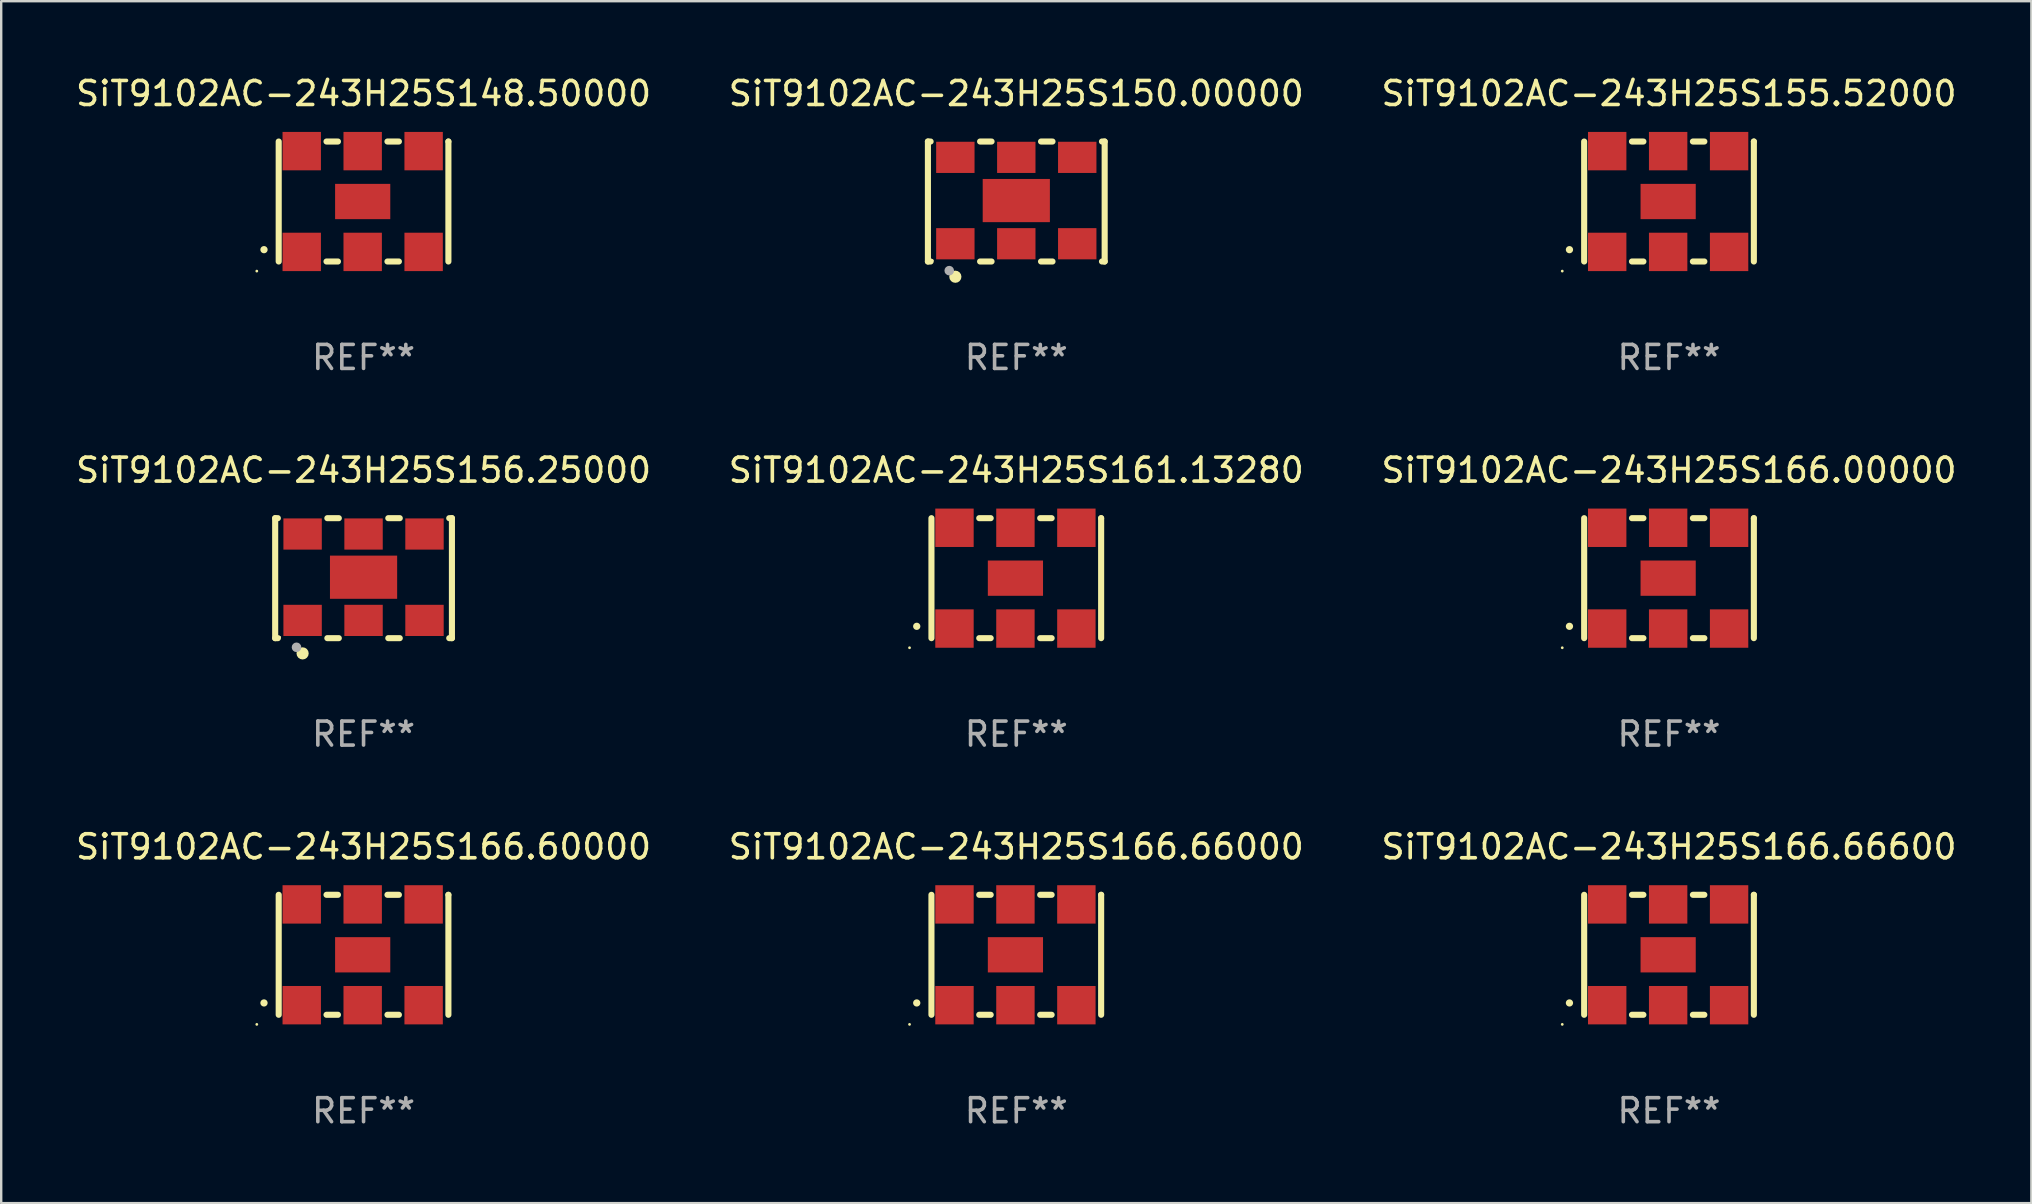
<source format=kicad_pcb>
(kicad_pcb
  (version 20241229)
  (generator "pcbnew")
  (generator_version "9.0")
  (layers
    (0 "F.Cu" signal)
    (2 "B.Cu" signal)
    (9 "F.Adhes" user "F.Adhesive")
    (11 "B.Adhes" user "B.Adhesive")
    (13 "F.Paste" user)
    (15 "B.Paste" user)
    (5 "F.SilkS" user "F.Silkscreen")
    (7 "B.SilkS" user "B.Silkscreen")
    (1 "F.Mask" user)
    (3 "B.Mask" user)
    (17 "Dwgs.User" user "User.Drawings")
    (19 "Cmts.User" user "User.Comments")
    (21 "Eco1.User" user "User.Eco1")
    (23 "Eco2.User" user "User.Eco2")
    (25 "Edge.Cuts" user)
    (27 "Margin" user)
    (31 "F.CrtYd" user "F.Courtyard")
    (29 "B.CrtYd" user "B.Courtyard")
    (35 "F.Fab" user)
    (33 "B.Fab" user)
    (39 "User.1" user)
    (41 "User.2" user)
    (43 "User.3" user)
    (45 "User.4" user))
  (footprint "SiT9102AC-243H25S166.00000"
    (layer "F.Cu")
    (at 66.506 21.045)
    (property "Reference" "SiT9102AC-243H25S166.00000" (at 0 -4.5 0) (layer "F.SilkS") (effects (font (size 1 1) (thickness 0.15))))
    (attr through_hole)
    (fp_line (start -3.536 -2.5) (end -3.536 2.5) (stroke (width 0.254) (type solid)) (layer "F.SilkS"))
    (fp_line (start -1.544 2.5) (end -1.067 2.5) (stroke (width 0.254) (type solid)) (layer "F.SilkS"))
    (fp_line (start -1.067 -2.5) (end -1.544 -2.5) (stroke (width 0.254) (type solid)) (layer "F.SilkS"))
    (fp_line (start 0.996 2.5) (end 1.473 2.5) (stroke (width 0.254) (type solid)) (layer "F.SilkS"))
    (fp_line (start 1.473 -2.5) (end 0.996 -2.5) (stroke (width 0.254) (type solid)) (layer "F.SilkS"))
    (fp_line (start 3.536 -2.5) (end 3.536 -2.5) (stroke (width 0.254) (type solid)) (layer "F.SilkS"))
    (fp_line (start 3.536 2.5) (end 3.536 -2.5) (stroke (width 0.254) (type solid)) (layer "F.SilkS"))
    (fp_arc (start -4.150432 2.006604) (mid -4.149162 2.006599) (end -4.147892 2.006604) (stroke (width 0.3) (type solid)) (layer "F.SilkS"))
    (fp_circle (center -4.449 2.9) (end -4.419 2.9) (stroke (width 0.06) (type solid)) (fill no) (layer "F.SilkS"))
    (fp_text user "REF**" (at 0 6.5 0) (layer "F.Fab") (effects (font (size 1 1) (thickness 0.15))))
    (pad "1" smd rect (at -2.576 2.1) (size 1.6 1.6) (layers "F.Cu" "F.Mask" "F.Paste"))
    (pad "2" smd rect (at -0.036 2.1) (size 1.6 1.6) (layers "F.Cu" "F.Mask" "F.Paste"))
    (pad "3" smd rect (at 2.504 2.1) (size 1.6 1.6) (layers "F.Cu" "F.Mask" "F.Paste"))
    (pad "4" smd rect (at 2.504 -2.1) (size 1.6 1.6) (layers "F.Cu" "F.Mask" "F.Paste"))
    (pad "5" smd rect (at -0.036 -2.1) (size 1.6 1.6) (layers "F.Cu" "F.Mask" "F.Paste"))
    (pad "6" smd rect (at -2.576 -2.1) (size 1.6 1.6) (layers "F.Cu" "F.Mask" "F.Paste"))
    (pad "7" smd rect (at -0.036 0) (size 2.3 1.47) (layers "F.Cu" "F.Mask" "F.Paste")))
  (footprint "SiT9102AC-243H25S155.52000"
    (layer "F.Cu")
    (at 66.506 5.348)
    (property "Reference" "SiT9102AC-243H25S155.52000" (at 0 -4.5 0) (layer "F.SilkS") (effects (font (size 1 1) (thickness 0.15))))
    (attr through_hole)
    (fp_line (start -3.536 -2.5) (end -3.536 2.5) (stroke (width 0.254) (type solid)) (layer "F.SilkS"))
    (fp_line (start -1.544 2.5) (end -1.067 2.5) (stroke (width 0.254) (type solid)) (layer "F.SilkS"))
    (fp_line (start -1.067 -2.5) (end -1.544 -2.5) (stroke (width 0.254) (type solid)) (layer "F.SilkS"))
    (fp_line (start 0.996 2.5) (end 1.473 2.5) (stroke (width 0.254) (type solid)) (layer "F.SilkS"))
    (fp_line (start 1.473 -2.5) (end 0.996 -2.5) (stroke (width 0.254) (type solid)) (layer "F.SilkS"))
    (fp_line (start 3.536 -2.5) (end 3.536 -2.5) (stroke (width 0.254) (type solid)) (layer "F.SilkS"))
    (fp_line (start 3.536 2.5) (end 3.536 -2.5) (stroke (width 0.254) (type solid)) (layer "F.SilkS"))
    (fp_arc (start -4.150432 2.006604) (mid -4.149162 2.006599) (end -4.147892 2.006604) (stroke (width 0.3) (type solid)) (layer "F.SilkS"))
    (fp_circle (center -4.449 2.9) (end -4.419 2.9) (stroke (width 0.06) (type solid)) (fill no) (layer "F.SilkS"))
    (fp_text user "REF**" (at 0 6.5 0) (layer "F.Fab") (effects (font (size 1 1) (thickness 0.15))))
    (pad "1" smd rect (at -2.576 2.1) (size 1.6 1.6) (layers "F.Cu" "F.Mask" "F.Paste"))
    (pad "2" smd rect (at -0.036 2.1) (size 1.6 1.6) (layers "F.Cu" "F.Mask" "F.Paste"))
    (pad "3" smd rect (at 2.504 2.1) (size 1.6 1.6) (layers "F.Cu" "F.Mask" "F.Paste"))
    (pad "4" smd rect (at 2.504 -2.1) (size 1.6 1.6) (layers "F.Cu" "F.Mask" "F.Paste"))
    (pad "5" smd rect (at -0.036 -2.1) (size 1.6 1.6) (layers "F.Cu" "F.Mask" "F.Paste"))
    (pad "6" smd rect (at -2.576 -2.1) (size 1.6 1.6) (layers "F.Cu" "F.Mask" "F.Paste"))
    (pad "7" smd rect (at -0.036 0) (size 2.3 1.47) (layers "F.Cu" "F.Mask" "F.Paste")))
  (footprint "SiT9102AC-243H25S161.13280"
    (layer "F.Cu")
    (at 39.304 21.045)
    (property "Reference" "SiT9102AC-243H25S161.13280" (at 0 -4.5 0) (layer "F.SilkS") (effects (font (size 1 1) (thickness 0.15))))
    (attr through_hole)
    (fp_line (start -3.536 -2.5) (end -3.536 2.5) (stroke (width 0.254) (type solid)) (layer "F.SilkS"))
    (fp_line (start -1.544 2.5) (end -1.067 2.5) (stroke (width 0.254) (type solid)) (layer "F.SilkS"))
    (fp_line (start -1.067 -2.5) (end -1.544 -2.5) (stroke (width 0.254) (type solid)) (layer "F.SilkS"))
    (fp_line (start 0.996 2.5) (end 1.473 2.5) (stroke (width 0.254) (type solid)) (layer "F.SilkS"))
    (fp_line (start 1.473 -2.5) (end 0.996 -2.5) (stroke (width 0.254) (type solid)) (layer "F.SilkS"))
    (fp_line (start 3.536 -2.5) (end 3.536 -2.5) (stroke (width 0.254) (type solid)) (layer "F.SilkS"))
    (fp_line (start 3.536 2.5) (end 3.536 -2.5) (stroke (width 0.254) (type solid)) (layer "F.SilkS"))
    (fp_arc (start -4.150432 2.006604) (mid -4.149162 2.006599) (end -4.147892 2.006604) (stroke (width 0.3) (type solid)) (layer "F.SilkS"))
    (fp_circle (center -4.449 2.9) (end -4.419 2.9) (stroke (width 0.06) (type solid)) (fill no) (layer "F.SilkS"))
    (fp_text user "REF**" (at 0 6.5 0) (layer "F.Fab") (effects (font (size 1 1) (thickness 0.15))))
    (pad "1" smd rect (at -2.576 2.1) (size 1.6 1.6) (layers "F.Cu" "F.Mask" "F.Paste"))
    (pad "2" smd rect (at -0.036 2.1) (size 1.6 1.6) (layers "F.Cu" "F.Mask" "F.Paste"))
    (pad "3" smd rect (at 2.504 2.1) (size 1.6 1.6) (layers "F.Cu" "F.Mask" "F.Paste"))
    (pad "4" smd rect (at 2.504 -2.1) (size 1.6 1.6) (layers "F.Cu" "F.Mask" "F.Paste"))
    (pad "5" smd rect (at -0.036 -2.1) (size 1.6 1.6) (layers "F.Cu" "F.Mask" "F.Paste"))
    (pad "6" smd rect (at -2.576 -2.1) (size 1.6 1.6) (layers "F.Cu" "F.Mask" "F.Paste"))
    (pad "7" smd rect (at -0.036 0) (size 2.3 1.47) (layers "F.Cu" "F.Mask" "F.Paste")))
  (footprint "SiT9102AC-243H25S166.60000"
    (layer "F.Cu")
    (at 12.101 36.741)
    (property "Reference" "SiT9102AC-243H25S166.60000" (at 0 -4.5 0) (layer "F.SilkS") (effects (font (size 1 1) (thickness 0.15))))
    (attr through_hole)
    (fp_line (start -3.536 -2.5) (end -3.536 2.5) (stroke (width 0.254) (type solid)) (layer "F.SilkS"))
    (fp_line (start -1.544 2.5) (end -1.067 2.5) (stroke (width 0.254) (type solid)) (layer "F.SilkS"))
    (fp_line (start -1.067 -2.5) (end -1.544 -2.5) (stroke (width 0.254) (type solid)) (layer "F.SilkS"))
    (fp_line (start 0.996 2.5) (end 1.473 2.5) (stroke (width 0.254) (type solid)) (layer "F.SilkS"))
    (fp_line (start 1.473 -2.5) (end 0.996 -2.5) (stroke (width 0.254) (type solid)) (layer "F.SilkS"))
    (fp_line (start 3.536 -2.5) (end 3.536 -2.5) (stroke (width 0.254) (type solid)) (layer "F.SilkS"))
    (fp_line (start 3.536 2.5) (end 3.536 -2.5) (stroke (width 0.254) (type solid)) (layer "F.SilkS"))
    (fp_arc (start -4.150432 2.006604) (mid -4.149162 2.006599) (end -4.147892 2.006604) (stroke (width 0.3) (type solid)) (layer "F.SilkS"))
    (fp_circle (center -4.449 2.9) (end -4.419 2.9) (stroke (width 0.06) (type solid)) (fill no) (layer "F.SilkS"))
    (fp_text user "REF**" (at 0 6.5 0) (layer "F.Fab") (effects (font (size 1 1) (thickness 0.15))))
    (pad "1" smd rect (at -2.576 2.1) (size 1.6 1.6) (layers "F.Cu" "F.Mask" "F.Paste"))
    (pad "2" smd rect (at -0.036 2.1) (size 1.6 1.6) (layers "F.Cu" "F.Mask" "F.Paste"))
    (pad "3" smd rect (at 2.504 2.1) (size 1.6 1.6) (layers "F.Cu" "F.Mask" "F.Paste"))
    (pad "4" smd rect (at 2.504 -2.1) (size 1.6 1.6) (layers "F.Cu" "F.Mask" "F.Paste"))
    (pad "5" smd rect (at -0.036 -2.1) (size 1.6 1.6) (layers "F.Cu" "F.Mask" "F.Paste"))
    (pad "6" smd rect (at -2.576 -2.1) (size 1.6 1.6) (layers "F.Cu" "F.Mask" "F.Paste"))
    (pad "7" smd rect (at -0.036 0) (size 2.3 1.47) (layers "F.Cu" "F.Mask" "F.Paste")))
  (footprint "SiT9102AC-243H25S166.66600"
    (layer "F.Cu")
    (at 66.506 36.741)
    (property "Reference" "SiT9102AC-243H25S166.66600" (at 0 -4.5 0) (layer "F.SilkS") (effects (font (size 1 1) (thickness 0.15))))
    (attr through_hole)
    (fp_line (start -3.536 -2.5) (end -3.536 2.5) (stroke (width 0.254) (type solid)) (layer "F.SilkS"))
    (fp_line (start -1.544 2.5) (end -1.067 2.5) (stroke (width 0.254) (type solid)) (layer "F.SilkS"))
    (fp_line (start -1.067 -2.5) (end -1.544 -2.5) (stroke (width 0.254) (type solid)) (layer "F.SilkS"))
    (fp_line (start 0.996 2.5) (end 1.473 2.5) (stroke (width 0.254) (type solid)) (layer "F.SilkS"))
    (fp_line (start 1.473 -2.5) (end 0.996 -2.5) (stroke (width 0.254) (type solid)) (layer "F.SilkS"))
    (fp_line (start 3.536 -2.5) (end 3.536 -2.5) (stroke (width 0.254) (type solid)) (layer "F.SilkS"))
    (fp_line (start 3.536 2.5) (end 3.536 -2.5) (stroke (width 0.254) (type solid)) (layer "F.SilkS"))
    (fp_arc (start -4.150432 2.006604) (mid -4.149162 2.006599) (end -4.147892 2.006604) (stroke (width 0.3) (type solid)) (layer "F.SilkS"))
    (fp_circle (center -4.449 2.9) (end -4.419 2.9) (stroke (width 0.06) (type solid)) (fill no) (layer "F.SilkS"))
    (fp_text user "REF**" (at 0 6.5 0) (layer "F.Fab") (effects (font (size 1 1) (thickness 0.15))))
    (pad "1" smd rect (at -2.576 2.1) (size 1.6 1.6) (layers "F.Cu" "F.Mask" "F.Paste"))
    (pad "2" smd rect (at -0.036 2.1) (size 1.6 1.6) (layers "F.Cu" "F.Mask" "F.Paste"))
    (pad "3" smd rect (at 2.504 2.1) (size 1.6 1.6) (layers "F.Cu" "F.Mask" "F.Paste"))
    (pad "4" smd rect (at 2.504 -2.1) (size 1.6 1.6) (layers "F.Cu" "F.Mask" "F.Paste"))
    (pad "5" smd rect (at -0.036 -2.1) (size 1.6 1.6) (layers "F.Cu" "F.Mask" "F.Paste"))
    (pad "6" smd rect (at -2.576 -2.1) (size 1.6 1.6) (layers "F.Cu" "F.Mask" "F.Paste"))
    (pad "7" smd rect (at -0.036 0) (size 2.3 1.47) (layers "F.Cu" "F.Mask" "F.Paste")))
  (footprint "SiT9102AC-243H25S148.50000"
    (layer "F.Cu")
    (at 12.101 5.348)
    (property "Reference" "SiT9102AC-243H25S148.50000" (at 0 -4.5 0) (layer "F.SilkS") (effects (font (size 1 1) (thickness 0.15))))
    (attr through_hole)
    (fp_line (start -3.536 -2.5) (end -3.536 2.5) (stroke (width 0.254) (type solid)) (layer "F.SilkS"))
    (fp_line (start -1.544 2.5) (end -1.067 2.5) (stroke (width 0.254) (type solid)) (layer "F.SilkS"))
    (fp_line (start -1.067 -2.5) (end -1.544 -2.5) (stroke (width 0.254) (type solid)) (layer "F.SilkS"))
    (fp_line (start 0.996 2.5) (end 1.473 2.5) (stroke (width 0.254) (type solid)) (layer "F.SilkS"))
    (fp_line (start 1.473 -2.5) (end 0.996 -2.5) (stroke (width 0.254) (type solid)) (layer "F.SilkS"))
    (fp_line (start 3.536 -2.5) (end 3.536 -2.5) (stroke (width 0.254) (type solid)) (layer "F.SilkS"))
    (fp_line (start 3.536 2.5) (end 3.536 -2.5) (stroke (width 0.254) (type solid)) (layer "F.SilkS"))
    (fp_arc (start -4.150432 2.006604) (mid -4.149162 2.006599) (end -4.147892 2.006604) (stroke (width 0.3) (type solid)) (layer "F.SilkS"))
    (fp_circle (center -4.449 2.9) (end -4.419 2.9) (stroke (width 0.06) (type solid)) (fill no) (layer "F.SilkS"))
    (fp_text user "REF**" (at 0 6.5 0) (layer "F.Fab") (effects (font (size 1 1) (thickness 0.15))))
    (pad "1" smd rect (at -2.576 2.1) (size 1.6 1.6) (layers "F.Cu" "F.Mask" "F.Paste"))
    (pad "2" smd rect (at -0.036 2.1) (size 1.6 1.6) (layers "F.Cu" "F.Mask" "F.Paste"))
    (pad "3" smd rect (at 2.504 2.1) (size 1.6 1.6) (layers "F.Cu" "F.Mask" "F.Paste"))
    (pad "4" smd rect (at 2.504 -2.1) (size 1.6 1.6) (layers "F.Cu" "F.Mask" "F.Paste"))
    (pad "5" smd rect (at -0.036 -2.1) (size 1.6 1.6) (layers "F.Cu" "F.Mask" "F.Paste"))
    (pad "6" smd rect (at -2.576 -2.1) (size 1.6 1.6) (layers "F.Cu" "F.Mask" "F.Paste"))
    (pad "7" smd rect (at -0.036 0) (size 2.3 1.47) (layers "F.Cu" "F.Mask" "F.Paste")))
  (footprint "SiT9102AC-243H25S166.66000"
    (layer "F.Cu")
    (at 39.304 36.741)
    (property "Reference" "SiT9102AC-243H25S166.66000" (at 0 -4.5 0) (layer "F.SilkS") (effects (font (size 1 1) (thickness 0.15))))
    (attr through_hole)
    (fp_line (start -3.536 -2.5) (end -3.536 2.5) (stroke (width 0.254) (type solid)) (layer "F.SilkS"))
    (fp_line (start -1.544 2.5) (end -1.067 2.5) (stroke (width 0.254) (type solid)) (layer "F.SilkS"))
    (fp_line (start -1.067 -2.5) (end -1.544 -2.5) (stroke (width 0.254) (type solid)) (layer "F.SilkS"))
    (fp_line (start 0.996 2.5) (end 1.473 2.5) (stroke (width 0.254) (type solid)) (layer "F.SilkS"))
    (fp_line (start 1.473 -2.5) (end 0.996 -2.5) (stroke (width 0.254) (type solid)) (layer "F.SilkS"))
    (fp_line (start 3.536 -2.5) (end 3.536 -2.5) (stroke (width 0.254) (type solid)) (layer "F.SilkS"))
    (fp_line (start 3.536 2.5) (end 3.536 -2.5) (stroke (width 0.254) (type solid)) (layer "F.SilkS"))
    (fp_arc (start -4.150432 2.006604) (mid -4.149162 2.006599) (end -4.147892 2.006604) (stroke (width 0.3) (type solid)) (layer "F.SilkS"))
    (fp_circle (center -4.449 2.9) (end -4.419 2.9) (stroke (width 0.06) (type solid)) (fill no) (layer "F.SilkS"))
    (fp_text user "REF**" (at 0 6.5 0) (layer "F.Fab") (effects (font (size 1 1) (thickness 0.15))))
    (pad "1" smd rect (at -2.576 2.1) (size 1.6 1.6) (layers "F.Cu" "F.Mask" "F.Paste"))
    (pad "2" smd rect (at -0.036 2.1) (size 1.6 1.6) (layers "F.Cu" "F.Mask" "F.Paste"))
    (pad "3" smd rect (at 2.504 2.1) (size 1.6 1.6) (layers "F.Cu" "F.Mask" "F.Paste"))
    (pad "4" smd rect (at 2.504 -2.1) (size 1.6 1.6) (layers "F.Cu" "F.Mask" "F.Paste"))
    (pad "5" smd rect (at -0.036 -2.1) (size 1.6 1.6) (layers "F.Cu" "F.Mask" "F.Paste"))
    (pad "6" smd rect (at -2.576 -2.1) (size 1.6 1.6) (layers "F.Cu" "F.Mask" "F.Paste"))
    (pad "7" smd rect (at -0.036 0) (size 2.3 1.47) (layers "F.Cu" "F.Mask" "F.Paste")))
  (footprint "SiT9102AC-243H25S156.25000"
    (layer "F.Cu")
    (at 12.101 21.045)
    (property "Reference" "SiT9102AC-243H25S156.25000" (at 0 -4.5 0) (layer "F.SilkS") (effects (font (size 1 1) (thickness 0.15))))
    (attr through_hole)
    (fp_line (start -3.683 -2.5) (end -3.571 -2.5) (stroke (width 0.254) (type solid)) (layer "F.SilkS"))
    (fp_line (start -3.683 2.5) (end -3.683 -2.5) (stroke (width 0.254) (type solid)) (layer "F.SilkS"))
    (fp_line (start -3.683 2.5) (end -3.571 2.5) (stroke (width 0.254) (type solid)) (layer "F.SilkS"))
    (fp_line (start -1.509 -2.5) (end -1.031 -2.5) (stroke (width 0.254) (type solid)) (layer "F.SilkS"))
    (fp_line (start -1.509 2.5) (end -1.031 2.5) (stroke (width 0.254) (type solid)) (layer "F.SilkS"))
    (fp_line (start 1.031 -2.5) (end 1.509 -2.5) (stroke (width 0.254) (type solid)) (layer "F.SilkS"))
    (fp_line (start 1.031 2.5) (end 1.509 2.5) (stroke (width 0.254) (type solid)) (layer "F.SilkS"))
    (fp_line (start 3.571 -2.5) (end 3.683 -2.5) (stroke (width 0.254) (type solid)) (layer "F.SilkS"))
    (fp_line (start 3.571 2.5) (end 3.683 2.5) (stroke (width 0.254) (type solid)) (layer "F.SilkS"))
    (fp_line (start 3.683 2.5) (end 3.683 -2.5) (stroke (width 0.254) (type solid)) (layer "F.SilkS"))
    (fp_circle (center -3.5 2.46) (end -3.47 2.46) (stroke (width 0.06) (type solid)) (fill no) (layer "F.SilkS"))
    (fp_circle (center -2.54 3.135) (end -2.413 3.135) (stroke (width 0.254) (type solid)) (fill no) (layer "F.SilkS"))
    (fp_circle (center -2.794 2.881) (end -2.694 2.881) (stroke (width 0.2) (type solid)) (fill no) (layer "F.Fab"))
    (fp_text user "REF**" (at 0 6.5 0) (layer "F.Fab") (effects (font (size 1 1) (thickness 0.15))))
    (pad "1" smd rect (at -2.54 1.76) (size 1.6 1.3) (layers "F.Cu" "F.Mask" "F.Paste"))
    (pad "2" smd rect (at 0 1.76) (size 1.6 1.3) (layers "F.Cu" "F.Mask" "F.Paste"))
    (pad "3" smd rect (at 2.54 1.76) (size 1.6 1.3) (layers "F.Cu" "F.Mask" "F.Paste"))
    (pad "4" smd rect (at 2.54 -1.84) (size 1.6 1.3) (layers "F.Cu" "F.Mask" "F.Paste"))
    (pad "5" smd rect (at 0 -1.84) (size 1.6 1.3) (layers "F.Cu" "F.Mask" "F.Paste"))
    (pad "6" smd rect (at -2.54 -1.84) (size 1.6 1.3) (layers "F.Cu" "F.Mask" "F.Paste"))
    (pad "7" smd rect (at 0 -0.04) (size 2.8 1.8) (layers "F.Cu" "F.Mask" "F.Paste")))
  (footprint "SiT9102AC-243H25S150.00000"
    (layer "F.Cu")
    (at 39.304 5.348)
    (property "Reference" "SiT9102AC-243H25S150.00000" (at 0 -4.5 0) (layer "F.SilkS") (effects (font (size 1 1) (thickness 0.15))))
    (attr through_hole)
    (fp_line (start -3.683 -2.5) (end -3.571 -2.5) (stroke (width 0.254) (type solid)) (layer "F.SilkS"))
    (fp_line (start -3.683 2.5) (end -3.683 -2.5) (stroke (width 0.254) (type solid)) (layer "F.SilkS"))
    (fp_line (start -3.683 2.5) (end -3.571 2.5) (stroke (width 0.254) (type solid)) (layer "F.SilkS"))
    (fp_line (start -1.509 -2.5) (end -1.031 -2.5) (stroke (width 0.254) (type solid)) (layer "F.SilkS"))
    (fp_line (start -1.509 2.5) (end -1.031 2.5) (stroke (width 0.254) (type solid)) (layer "F.SilkS"))
    (fp_line (start 1.031 -2.5) (end 1.509 -2.5) (stroke (width 0.254) (type solid)) (layer "F.SilkS"))
    (fp_line (start 1.031 2.5) (end 1.509 2.5) (stroke (width 0.254) (type solid)) (layer "F.SilkS"))
    (fp_line (start 3.571 -2.5) (end 3.683 -2.5) (stroke (width 0.254) (type solid)) (layer "F.SilkS"))
    (fp_line (start 3.571 2.5) (end 3.683 2.5) (stroke (width 0.254) (type solid)) (layer "F.SilkS"))
    (fp_line (start 3.683 2.5) (end 3.683 -2.5) (stroke (width 0.254) (type solid)) (layer "F.SilkS"))
    (fp_circle (center -3.5 2.46) (end -3.47 2.46) (stroke (width 0.06) (type solid)) (fill no) (layer "F.SilkS"))
    (fp_circle (center -2.54 3.135) (end -2.413 3.135) (stroke (width 0.254) (type solid)) (fill no) (layer "F.SilkS"))
    (fp_circle (center -2.794 2.881) (end -2.694 2.881) (stroke (width 0.2) (type solid)) (fill no) (layer "F.Fab"))
    (fp_text user "REF**" (at 0 6.5 0) (layer "F.Fab") (effects (font (size 1 1) (thickness 0.15))))
    (pad "1" smd rect (at -2.54 1.76) (size 1.6 1.3) (layers "F.Cu" "F.Mask" "F.Paste"))
    (pad "2" smd rect (at 0 1.76) (size 1.6 1.3) (layers "F.Cu" "F.Mask" "F.Paste"))
    (pad "3" smd rect (at 2.54 1.76) (size 1.6 1.3) (layers "F.Cu" "F.Mask" "F.Paste"))
    (pad "4" smd rect (at 2.54 -1.84) (size 1.6 1.3) (layers "F.Cu" "F.Mask" "F.Paste"))
    (pad "5" smd rect (at 0 -1.84) (size 1.6 1.3) (layers "F.Cu" "F.Mask" "F.Paste"))
    (pad "6" smd rect (at -2.54 -1.84) (size 1.6 1.3) (layers "F.Cu" "F.Mask" "F.Paste"))
    (pad "7" smd rect (at 0 -0.04) (size 2.8 1.8) (layers "F.Cu" "F.Mask" "F.Paste")))
  (gr_rect
    (start -3 -3)
    (end 81.607 47.09)
    (stroke (width 0.1) (type default))
    (fill no)
    (layer "Edge.Cuts")))
</source>
